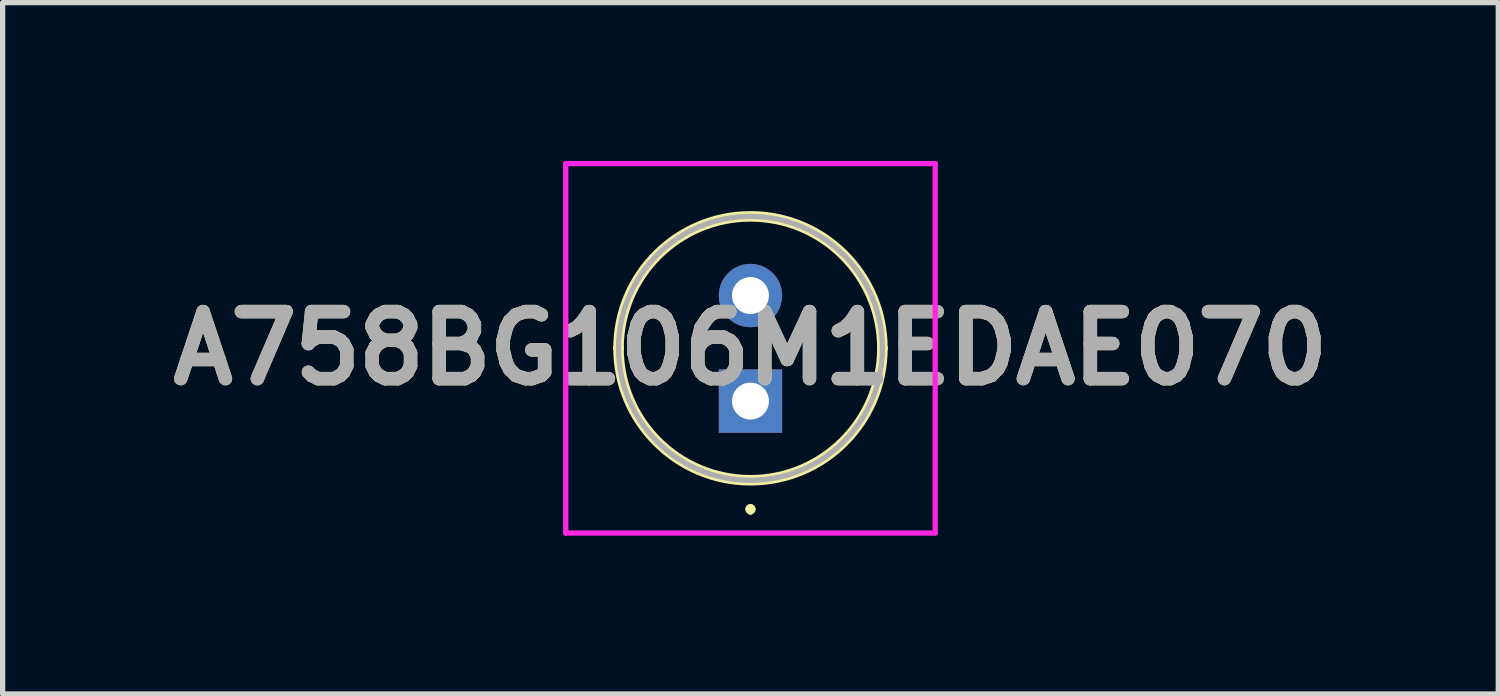
<source format=kicad_pcb>
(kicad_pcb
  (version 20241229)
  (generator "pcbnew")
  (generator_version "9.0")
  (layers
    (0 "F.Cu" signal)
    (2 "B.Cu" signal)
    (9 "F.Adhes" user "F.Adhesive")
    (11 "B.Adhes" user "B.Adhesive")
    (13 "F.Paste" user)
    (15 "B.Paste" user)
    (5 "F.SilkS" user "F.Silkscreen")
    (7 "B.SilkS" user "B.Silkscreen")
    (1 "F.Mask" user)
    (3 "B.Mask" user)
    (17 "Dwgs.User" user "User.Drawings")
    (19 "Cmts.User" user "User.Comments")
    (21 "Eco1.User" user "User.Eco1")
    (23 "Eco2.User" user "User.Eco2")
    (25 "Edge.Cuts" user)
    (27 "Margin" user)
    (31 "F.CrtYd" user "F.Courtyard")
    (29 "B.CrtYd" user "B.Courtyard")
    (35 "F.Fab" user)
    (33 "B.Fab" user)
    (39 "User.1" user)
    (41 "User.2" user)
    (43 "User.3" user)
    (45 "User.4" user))
  (footprint "A758BG106M1EDAE070"
    (layer "F.Cu")
    (at 11.17 4.55)
    (property "Reference" "A758BG106M1EDAE070" (at 0 -1 0) (layer "F.SilkS") (effects (font (size 1.27 1.27) (thickness 0.254))))
    (attr through_hole)
    (fp_line (start -2.5 -1) (end -2.5 -1) (stroke (width 0.2) (type solid)) (layer "F.SilkS"))
    (fp_line (start 0 2) (end 0 2) (stroke (width 0.1) (type solid)) (layer "F.SilkS"))
    (fp_line (start 0 2.1) (end 0 2.1) (stroke (width 0.1) (type solid)) (layer "F.SilkS"))
    (fp_line (start 2.5 -1) (end 2.5 -1) (stroke (width 0.2) (type solid)) (layer "F.SilkS"))
    (fp_arc (start -2.5 -1) (mid 0 -3.5) (end 2.5 -1) (stroke (width 0.2) (type solid)) (layer "F.SilkS"))
    (fp_arc (start 0 2) (mid 0.05 2.05) (end 0 2.1) (stroke (width 0.1) (type solid)) (layer "F.SilkS"))
    (fp_arc (start 0 2.1) (mid -0.05 2.05) (end 0 2) (stroke (width 0.1) (type solid)) (layer "F.SilkS"))
    (fp_arc (start 2.5 -1) (mid 0 1.5) (end -2.5 -1) (stroke (width 0.2) (type solid)) (layer "F.SilkS"))
    (fp_line (start -3.5 -4.5) (end 3.5 -4.5) (stroke (width 0.1) (type solid)) (layer "F.CrtYd"))
    (fp_line (start -3.5 2.5) (end -3.5 -4.5) (stroke (width 0.1) (type solid)) (layer "F.CrtYd"))
    (fp_line (start 3.5 -4.5) (end 3.5 2.5) (stroke (width 0.1) (type solid)) (layer "F.CrtYd"))
    (fp_line (start 3.5 2.5) (end -3.5 2.5) (stroke (width 0.1) (type solid)) (layer "F.CrtYd"))
    (fp_line (start -2.5 -1) (end -2.5 -1) (stroke (width 0.1) (type solid)) (layer "F.Fab"))
    (fp_line (start 2.5 -1) (end 2.5 -1) (stroke (width 0.1) (type solid)) (layer "F.Fab"))
    (fp_arc (start -2.5 -1) (mid 0 -3.5) (end 2.5 -1) (stroke (width 0.1) (type solid)) (layer "F.Fab"))
    (fp_arc (start 2.5 -1) (mid 0 1.5) (end -2.5 -1) (stroke (width 0.1) (type solid)) (layer "F.Fab"))
    (fp_text user "${REFERENCE}" (at 0 -1 0) (layer "F.Fab") (effects (font (size 1.27 1.27) (thickness 0.254))))
    (pad "1" thru_hole rect (at 0 0) (size 1.2 1.2) (drill 0.7) (layers "*.Cu" "*.Mask"))
    (pad "2" thru_hole circle (at 0 -2) (size 1.2 1.2) (drill 0.7) (layers "*.Cu" "*.Mask")))
  (gr_rect
    (start -3 -3)
    (end 25.34 10.1)
    (stroke (width 0.1) (type default))
    (fill no)
    (layer "Edge.Cuts")))
</source>
